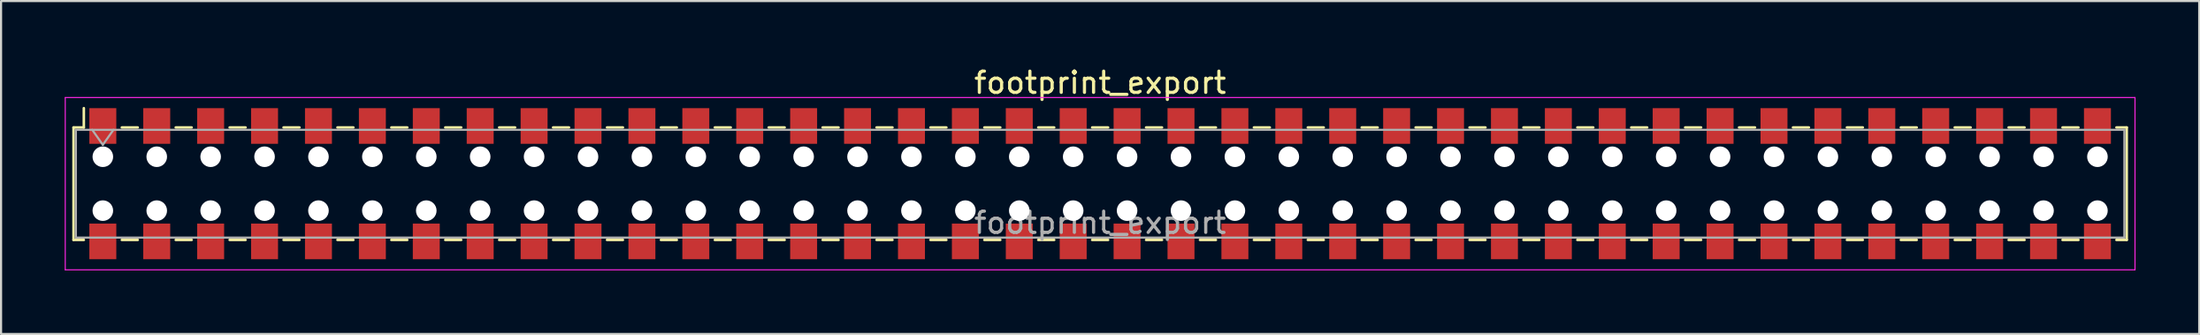
<source format=kicad_pcb>
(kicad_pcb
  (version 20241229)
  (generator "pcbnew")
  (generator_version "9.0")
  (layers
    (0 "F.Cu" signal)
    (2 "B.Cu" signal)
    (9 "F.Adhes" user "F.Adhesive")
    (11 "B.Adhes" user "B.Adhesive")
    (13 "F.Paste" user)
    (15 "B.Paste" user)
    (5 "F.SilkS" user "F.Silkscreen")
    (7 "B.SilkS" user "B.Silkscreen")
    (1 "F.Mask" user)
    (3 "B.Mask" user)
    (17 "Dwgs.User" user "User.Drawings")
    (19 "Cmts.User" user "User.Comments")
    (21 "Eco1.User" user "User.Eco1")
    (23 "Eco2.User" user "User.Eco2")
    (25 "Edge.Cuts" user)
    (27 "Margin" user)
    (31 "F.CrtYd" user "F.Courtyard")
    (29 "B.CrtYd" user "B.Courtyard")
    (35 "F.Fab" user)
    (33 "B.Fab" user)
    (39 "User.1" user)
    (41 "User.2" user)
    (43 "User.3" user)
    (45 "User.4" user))
  (footprint "footprint_export"
    (layer "F.Cu")
    (at 48.785 5.608)
    (property "Reference" "footprint_export" (at 0 -4.76 0) (layer "F.SilkS") (effects (font (size 1 1) (thickness 0.15))))
    (attr smd)
    (fp_line (start -48.37 -2.65) (end -48.37 2.65) (stroke (width 0.12) (type solid)) (layer "F.SilkS"))
    (fp_line (start -48.37 2.65) (end -47.885 2.65) (stroke (width 0.12) (type solid)) (layer "F.SilkS"))
    (fp_line (start -47.885 -3.56) (end -47.885 -2.65) (stroke (width 0.12) (type solid)) (layer "F.SilkS"))
    (fp_line (start -47.885 -2.65) (end -48.37 -2.65) (stroke (width 0.12) (type solid)) (layer "F.SilkS"))
    (fp_line (start -46.095 -2.65) (end -45.345 -2.65) (stroke (width 0.12) (type solid)) (layer "F.SilkS"))
    (fp_line (start -46.095 2.65) (end -45.345 2.65) (stroke (width 0.12) (type solid)) (layer "F.SilkS"))
    (fp_line (start -43.555 -2.65) (end -42.805 -2.65) (stroke (width 0.12) (type solid)) (layer "F.SilkS"))
    (fp_line (start -43.555 2.65) (end -42.805 2.65) (stroke (width 0.12) (type solid)) (layer "F.SilkS"))
    (fp_line (start -41.015 -2.65) (end -40.265 -2.65) (stroke (width 0.12) (type solid)) (layer "F.SilkS"))
    (fp_line (start -41.015 2.65) (end -40.265 2.65) (stroke (width 0.12) (type solid)) (layer "F.SilkS"))
    (fp_line (start -38.475 -2.65) (end -37.725 -2.65) (stroke (width 0.12) (type solid)) (layer "F.SilkS"))
    (fp_line (start -38.475 2.65) (end -37.725 2.65) (stroke (width 0.12) (type solid)) (layer "F.SilkS"))
    (fp_line (start -35.935 -2.65) (end -35.185 -2.65) (stroke (width 0.12) (type solid)) (layer "F.SilkS"))
    (fp_line (start -35.935 2.65) (end -35.185 2.65) (stroke (width 0.12) (type solid)) (layer "F.SilkS"))
    (fp_line (start -33.395 -2.65) (end -32.645 -2.65) (stroke (width 0.12) (type solid)) (layer "F.SilkS"))
    (fp_line (start -33.395 2.65) (end -32.645 2.65) (stroke (width 0.12) (type solid)) (layer "F.SilkS"))
    (fp_line (start -30.855 -2.65) (end -30.105 -2.65) (stroke (width 0.12) (type solid)) (layer "F.SilkS"))
    (fp_line (start -30.855 2.65) (end -30.105 2.65) (stroke (width 0.12) (type solid)) (layer "F.SilkS"))
    (fp_line (start -28.315 -2.65) (end -27.565 -2.65) (stroke (width 0.12) (type solid)) (layer "F.SilkS"))
    (fp_line (start -28.315 2.65) (end -27.565 2.65) (stroke (width 0.12) (type solid)) (layer "F.SilkS"))
    (fp_line (start -25.775 -2.65) (end -25.025 -2.65) (stroke (width 0.12) (type solid)) (layer "F.SilkS"))
    (fp_line (start -25.775 2.65) (end -25.025 2.65) (stroke (width 0.12) (type solid)) (layer "F.SilkS"))
    (fp_line (start -23.235 -2.65) (end -22.485 -2.65) (stroke (width 0.12) (type solid)) (layer "F.SilkS"))
    (fp_line (start -23.235 2.65) (end -22.485 2.65) (stroke (width 0.12) (type solid)) (layer "F.SilkS"))
    (fp_line (start -20.695 -2.65) (end -19.945 -2.65) (stroke (width 0.12) (type solid)) (layer "F.SilkS"))
    (fp_line (start -20.695 2.65) (end -19.945 2.65) (stroke (width 0.12) (type solid)) (layer "F.SilkS"))
    (fp_line (start -18.155 -2.65) (end -17.405 -2.65) (stroke (width 0.12) (type solid)) (layer "F.SilkS"))
    (fp_line (start -18.155 2.65) (end -17.405 2.65) (stroke (width 0.12) (type solid)) (layer "F.SilkS"))
    (fp_line (start -15.615 -2.65) (end -14.865 -2.65) (stroke (width 0.12) (type solid)) (layer "F.SilkS"))
    (fp_line (start -15.615 2.65) (end -14.865 2.65) (stroke (width 0.12) (type solid)) (layer "F.SilkS"))
    (fp_line (start -13.075 -2.65) (end -12.325 -2.65) (stroke (width 0.12) (type solid)) (layer "F.SilkS"))
    (fp_line (start -13.075 2.65) (end -12.325 2.65) (stroke (width 0.12) (type solid)) (layer "F.SilkS"))
    (fp_line (start -10.535 -2.65) (end -9.785 -2.65) (stroke (width 0.12) (type solid)) (layer "F.SilkS"))
    (fp_line (start -10.535 2.65) (end -9.785 2.65) (stroke (width 0.12) (type solid)) (layer "F.SilkS"))
    (fp_line (start -7.995 -2.65) (end -7.245 -2.65) (stroke (width 0.12) (type solid)) (layer "F.SilkS"))
    (fp_line (start -7.995 2.65) (end -7.245 2.65) (stroke (width 0.12) (type solid)) (layer "F.SilkS"))
    (fp_line (start -5.455 -2.65) (end -4.705 -2.65) (stroke (width 0.12) (type solid)) (layer "F.SilkS"))
    (fp_line (start -5.455 2.65) (end -4.705 2.65) (stroke (width 0.12) (type solid)) (layer "F.SilkS"))
    (fp_line (start -2.915 -2.65) (end -2.165 -2.65) (stroke (width 0.12) (type solid)) (layer "F.SilkS"))
    (fp_line (start -2.915 2.65) (end -2.165 2.65) (stroke (width 0.12) (type solid)) (layer "F.SilkS"))
    (fp_line (start -0.375 -2.65) (end 0.375 -2.65) (stroke (width 0.12) (type solid)) (layer "F.SilkS"))
    (fp_line (start -0.375 2.65) (end 0.375 2.65) (stroke (width 0.12) (type solid)) (layer "F.SilkS"))
    (fp_line (start 2.165 -2.65) (end 2.915 -2.65) (stroke (width 0.12) (type solid)) (layer "F.SilkS"))
    (fp_line (start 2.165 2.65) (end 2.915 2.65) (stroke (width 0.12) (type solid)) (layer "F.SilkS"))
    (fp_line (start 4.705 -2.65) (end 5.455 -2.65) (stroke (width 0.12) (type solid)) (layer "F.SilkS"))
    (fp_line (start 4.705 2.65) (end 5.455 2.65) (stroke (width 0.12) (type solid)) (layer "F.SilkS"))
    (fp_line (start 7.245 -2.65) (end 7.995 -2.65) (stroke (width 0.12) (type solid)) (layer "F.SilkS"))
    (fp_line (start 7.245 2.65) (end 7.995 2.65) (stroke (width 0.12) (type solid)) (layer "F.SilkS"))
    (fp_line (start 9.785 -2.65) (end 10.535 -2.65) (stroke (width 0.12) (type solid)) (layer "F.SilkS"))
    (fp_line (start 9.785 2.65) (end 10.535 2.65) (stroke (width 0.12) (type solid)) (layer "F.SilkS"))
    (fp_line (start 12.325 -2.65) (end 13.075 -2.65) (stroke (width 0.12) (type solid)) (layer "F.SilkS"))
    (fp_line (start 12.325 2.65) (end 13.075 2.65) (stroke (width 0.12) (type solid)) (layer "F.SilkS"))
    (fp_line (start 14.865 -2.65) (end 15.615 -2.65) (stroke (width 0.12) (type solid)) (layer "F.SilkS"))
    (fp_line (start 14.865 2.65) (end 15.615 2.65) (stroke (width 0.12) (type solid)) (layer "F.SilkS"))
    (fp_line (start 17.405 -2.65) (end 18.155 -2.65) (stroke (width 0.12) (type solid)) (layer "F.SilkS"))
    (fp_line (start 17.405 2.65) (end 18.155 2.65) (stroke (width 0.12) (type solid)) (layer "F.SilkS"))
    (fp_line (start 19.945 -2.65) (end 20.695 -2.65) (stroke (width 0.12) (type solid)) (layer "F.SilkS"))
    (fp_line (start 19.945 2.65) (end 20.695 2.65) (stroke (width 0.12) (type solid)) (layer "F.SilkS"))
    (fp_line (start 22.485 -2.65) (end 23.235 -2.65) (stroke (width 0.12) (type solid)) (layer "F.SilkS"))
    (fp_line (start 22.485 2.65) (end 23.235 2.65) (stroke (width 0.12) (type solid)) (layer "F.SilkS"))
    (fp_line (start 25.025 -2.65) (end 25.775 -2.65) (stroke (width 0.12) (type solid)) (layer "F.SilkS"))
    (fp_line (start 25.025 2.65) (end 25.775 2.65) (stroke (width 0.12) (type solid)) (layer "F.SilkS"))
    (fp_line (start 27.565 -2.65) (end 28.315 -2.65) (stroke (width 0.12) (type solid)) (layer "F.SilkS"))
    (fp_line (start 27.565 2.65) (end 28.315 2.65) (stroke (width 0.12) (type solid)) (layer "F.SilkS"))
    (fp_line (start 30.105 -2.65) (end 30.855 -2.65) (stroke (width 0.12) (type solid)) (layer "F.SilkS"))
    (fp_line (start 30.105 2.65) (end 30.855 2.65) (stroke (width 0.12) (type solid)) (layer "F.SilkS"))
    (fp_line (start 32.645 -2.65) (end 33.395 -2.65) (stroke (width 0.12) (type solid)) (layer "F.SilkS"))
    (fp_line (start 32.645 2.65) (end 33.395 2.65) (stroke (width 0.12) (type solid)) (layer "F.SilkS"))
    (fp_line (start 35.185 -2.65) (end 35.935 -2.65) (stroke (width 0.12) (type solid)) (layer "F.SilkS"))
    (fp_line (start 35.185 2.65) (end 35.935 2.65) (stroke (width 0.12) (type solid)) (layer "F.SilkS"))
    (fp_line (start 37.725 -2.65) (end 38.475 -2.65) (stroke (width 0.12) (type solid)) (layer "F.SilkS"))
    (fp_line (start 37.725 2.65) (end 38.475 2.65) (stroke (width 0.12) (type solid)) (layer "F.SilkS"))
    (fp_line (start 40.265 -2.65) (end 41.015 -2.65) (stroke (width 0.12) (type solid)) (layer "F.SilkS"))
    (fp_line (start 40.265 2.65) (end 41.015 2.65) (stroke (width 0.12) (type solid)) (layer "F.SilkS"))
    (fp_line (start 42.805 -2.65) (end 43.555 -2.65) (stroke (width 0.12) (type solid)) (layer "F.SilkS"))
    (fp_line (start 42.805 2.65) (end 43.555 2.65) (stroke (width 0.12) (type solid)) (layer "F.SilkS"))
    (fp_line (start 45.345 -2.65) (end 46.095 -2.65) (stroke (width 0.12) (type solid)) (layer "F.SilkS"))
    (fp_line (start 45.345 2.65) (end 46.095 2.65) (stroke (width 0.12) (type solid)) (layer "F.SilkS"))
    (fp_line (start 47.885 -2.65) (end 48.37 -2.65) (stroke (width 0.12) (type solid)) (layer "F.SilkS"))
    (fp_line (start 48.37 -2.65) (end 48.37 2.65) (stroke (width 0.12) (type solid)) (layer "F.SilkS"))
    (fp_line (start 48.37 2.65) (end 47.885 2.65) (stroke (width 0.12) (type solid)) (layer "F.SilkS"))
    (fp_line (start -48.76 -4.06) (end 48.76 -4.06) (stroke (width 0.05) (type solid)) (layer "F.CrtYd"))
    (fp_line (start -48.76 4.06) (end -48.76 -4.06) (stroke (width 0.05) (type solid)) (layer "F.CrtYd"))
    (fp_line (start 48.76 -4.06) (end 48.76 4.06) (stroke (width 0.05) (type solid)) (layer "F.CrtYd"))
    (fp_line (start 48.76 4.06) (end -48.76 4.06) (stroke (width 0.05) (type solid)) (layer "F.CrtYd"))
    (fp_line (start -48.26 -2.54) (end 48.26 -2.54) (stroke (width 0.1) (type solid)) (layer "F.Fab"))
    (fp_line (start -48.26 2.54) (end -48.26 -2.54) (stroke (width 0.1) (type solid)) (layer "F.Fab"))
    (fp_line (start -47.49 -2.54) (end -46.99 -1.833) (stroke (width 0.1) (type solid)) (layer "F.Fab"))
    (fp_line (start -46.99 -1.833) (end -46.49 -2.54) (stroke (width 0.1) (type solid)) (layer "F.Fab"))
    (fp_line (start 48.26 -2.54) (end 48.26 2.54) (stroke (width 0.1) (type solid)) (layer "F.Fab"))
    (fp_line (start 48.26 2.54) (end -48.26 2.54) (stroke (width 0.1) (type solid)) (layer "F.Fab"))
    (fp_text user "${REFERENCE}" (at 0 1.84 0) (layer "F.Fab") (effects (font (size 1 1) (thickness 0.15))))
    (pad "" np_thru_hole circle (at -46.99 -1.27) (size 0.97 0.97) (drill 0.97) (layers "*.Cu" "*.Mask"))
    (pad "" np_thru_hole circle (at -46.99 1.27) (size 0.97 0.97) (drill 0.97) (layers "*.Cu" "*.Mask"))
    (pad "" np_thru_hole circle (at -44.45 -1.27) (size 0.97 0.97) (drill 0.97) (layers "*.Cu" "*.Mask"))
    (pad "" np_thru_hole circle (at -44.45 1.27) (size 0.97 0.97) (drill 0.97) (layers "*.Cu" "*.Mask"))
    (pad "" np_thru_hole circle (at -41.91 -1.27) (size 0.97 0.97) (drill 0.97) (layers "*.Cu" "*.Mask"))
    (pad "" np_thru_hole circle (at -41.91 1.27) (size 0.97 0.97) (drill 0.97) (layers "*.Cu" "*.Mask"))
    (pad "" np_thru_hole circle (at -39.37 -1.27) (size 0.97 0.97) (drill 0.97) (layers "*.Cu" "*.Mask"))
    (pad "" np_thru_hole circle (at -39.37 1.27) (size 0.97 0.97) (drill 0.97) (layers "*.Cu" "*.Mask"))
    (pad "" np_thru_hole circle (at -36.83 -1.27) (size 0.97 0.97) (drill 0.97) (layers "*.Cu" "*.Mask"))
    (pad "" np_thru_hole circle (at -36.83 1.27) (size 0.97 0.97) (drill 0.97) (layers "*.Cu" "*.Mask"))
    (pad "" np_thru_hole circle (at -34.29 -1.27) (size 0.97 0.97) (drill 0.97) (layers "*.Cu" "*.Mask"))
    (pad "" np_thru_hole circle (at -34.29 1.27) (size 0.97 0.97) (drill 0.97) (layers "*.Cu" "*.Mask"))
    (pad "" np_thru_hole circle (at -31.75 -1.27) (size 0.97 0.97) (drill 0.97) (layers "*.Cu" "*.Mask"))
    (pad "" np_thru_hole circle (at -31.75 1.27) (size 0.97 0.97) (drill 0.97) (layers "*.Cu" "*.Mask"))
    (pad "" np_thru_hole circle (at -29.21 -1.27) (size 0.97 0.97) (drill 0.97) (layers "*.Cu" "*.Mask"))
    (pad "" np_thru_hole circle (at -29.21 1.27) (size 0.97 0.97) (drill 0.97) (layers "*.Cu" "*.Mask"))
    (pad "" np_thru_hole circle (at -26.67 -1.27) (size 0.97 0.97) (drill 0.97) (layers "*.Cu" "*.Mask"))
    (pad "" np_thru_hole circle (at -26.67 1.27) (size 0.97 0.97) (drill 0.97) (layers "*.Cu" "*.Mask"))
    (pad "" np_thru_hole circle (at -24.13 -1.27) (size 0.97 0.97) (drill 0.97) (layers "*.Cu" "*.Mask"))
    (pad "" np_thru_hole circle (at -24.13 1.27) (size 0.97 0.97) (drill 0.97) (layers "*.Cu" "*.Mask"))
    (pad "" np_thru_hole circle (at -21.59 -1.27) (size 0.97 0.97) (drill 0.97) (layers "*.Cu" "*.Mask"))
    (pad "" np_thru_hole circle (at -21.59 1.27) (size 0.97 0.97) (drill 0.97) (layers "*.Cu" "*.Mask"))
    (pad "" np_thru_hole circle (at -19.05 -1.27) (size 0.97 0.97) (drill 0.97) (layers "*.Cu" "*.Mask"))
    (pad "" np_thru_hole circle (at -19.05 1.27) (size 0.97 0.97) (drill 0.97) (layers "*.Cu" "*.Mask"))
    (pad "" np_thru_hole circle (at -16.51 -1.27) (size 0.97 0.97) (drill 0.97) (layers "*.Cu" "*.Mask"))
    (pad "" np_thru_hole circle (at -16.51 1.27) (size 0.97 0.97) (drill 0.97) (layers "*.Cu" "*.Mask"))
    (pad "" np_thru_hole circle (at -13.97 -1.27) (size 0.97 0.97) (drill 0.97) (layers "*.Cu" "*.Mask"))
    (pad "" np_thru_hole circle (at -13.97 1.27) (size 0.97 0.97) (drill 0.97) (layers "*.Cu" "*.Mask"))
    (pad "" np_thru_hole circle (at -11.43 -1.27) (size 0.97 0.97) (drill 0.97) (layers "*.Cu" "*.Mask"))
    (pad "" np_thru_hole circle (at -11.43 1.27) (size 0.97 0.97) (drill 0.97) (layers "*.Cu" "*.Mask"))
    (pad "" np_thru_hole circle (at -8.89 -1.27) (size 0.97 0.97) (drill 0.97) (layers "*.Cu" "*.Mask"))
    (pad "" np_thru_hole circle (at -8.89 1.27) (size 0.97 0.97) (drill 0.97) (layers "*.Cu" "*.Mask"))
    (pad "" np_thru_hole circle (at -6.35 -1.27) (size 0.97 0.97) (drill 0.97) (layers "*.Cu" "*.Mask"))
    (pad "" np_thru_hole circle (at -6.35 1.27) (size 0.97 0.97) (drill 0.97) (layers "*.Cu" "*.Mask"))
    (pad "" np_thru_hole circle (at -3.81 -1.27) (size 0.97 0.97) (drill 0.97) (layers "*.Cu" "*.Mask"))
    (pad "" np_thru_hole circle (at -3.81 1.27) (size 0.97 0.97) (drill 0.97) (layers "*.Cu" "*.Mask"))
    (pad "" np_thru_hole circle (at -1.27 -1.27) (size 0.97 0.97) (drill 0.97) (layers "*.Cu" "*.Mask"))
    (pad "" np_thru_hole circle (at -1.27 1.27) (size 0.97 0.97) (drill 0.97) (layers "*.Cu" "*.Mask"))
    (pad "" np_thru_hole circle (at 1.27 -1.27) (size 0.97 0.97) (drill 0.97) (layers "*.Cu" "*.Mask"))
    (pad "" np_thru_hole circle (at 1.27 1.27) (size 0.97 0.97) (drill 0.97) (layers "*.Cu" "*.Mask"))
    (pad "" np_thru_hole circle (at 3.81 -1.27) (size 0.97 0.97) (drill 0.97) (layers "*.Cu" "*.Mask"))
    (pad "" np_thru_hole circle (at 3.81 1.27) (size 0.97 0.97) (drill 0.97) (layers "*.Cu" "*.Mask"))
    (pad "" np_thru_hole circle (at 6.35 -1.27) (size 0.97 0.97) (drill 0.97) (layers "*.Cu" "*.Mask"))
    (pad "" np_thru_hole circle (at 6.35 1.27) (size 0.97 0.97) (drill 0.97) (layers "*.Cu" "*.Mask"))
    (pad "" np_thru_hole circle (at 8.89 -1.27) (size 0.97 0.97) (drill 0.97) (layers "*.Cu" "*.Mask"))
    (pad "" np_thru_hole circle (at 8.89 1.27) (size 0.97 0.97) (drill 0.97) (layers "*.Cu" "*.Mask"))
    (pad "" np_thru_hole circle (at 11.43 -1.27) (size 0.97 0.97) (drill 0.97) (layers "*.Cu" "*.Mask"))
    (pad "" np_thru_hole circle (at 11.43 1.27) (size 0.97 0.97) (drill 0.97) (layers "*.Cu" "*.Mask"))
    (pad "" np_thru_hole circle (at 13.97 -1.27) (size 0.97 0.97) (drill 0.97) (layers "*.Cu" "*.Mask"))
    (pad "" np_thru_hole circle (at 13.97 1.27) (size 0.97 0.97) (drill 0.97) (layers "*.Cu" "*.Mask"))
    (pad "" np_thru_hole circle (at 16.51 -1.27) (size 0.97 0.97) (drill 0.97) (layers "*.Cu" "*.Mask"))
    (pad "" np_thru_hole circle (at 16.51 1.27) (size 0.97 0.97) (drill 0.97) (layers "*.Cu" "*.Mask"))
    (pad "" np_thru_hole circle (at 19.05 -1.27) (size 0.97 0.97) (drill 0.97) (layers "*.Cu" "*.Mask"))
    (pad "" np_thru_hole circle (at 19.05 1.27) (size 0.97 0.97) (drill 0.97) (layers "*.Cu" "*.Mask"))
    (pad "" np_thru_hole circle (at 21.59 -1.27) (size 0.97 0.97) (drill 0.97) (layers "*.Cu" "*.Mask"))
    (pad "" np_thru_hole circle (at 21.59 1.27) (size 0.97 0.97) (drill 0.97) (layers "*.Cu" "*.Mask"))
    (pad "" np_thru_hole circle (at 24.13 -1.27) (size 0.97 0.97) (drill 0.97) (layers "*.Cu" "*.Mask"))
    (pad "" np_thru_hole circle (at 24.13 1.27) (size 0.97 0.97) (drill 0.97) (layers "*.Cu" "*.Mask"))
    (pad "" np_thru_hole circle (at 26.67 -1.27) (size 0.97 0.97) (drill 0.97) (layers "*.Cu" "*.Mask"))
    (pad "" np_thru_hole circle (at 26.67 1.27) (size 0.97 0.97) (drill 0.97) (layers "*.Cu" "*.Mask"))
    (pad "" np_thru_hole circle (at 29.21 -1.27) (size 0.97 0.97) (drill 0.97) (layers "*.Cu" "*.Mask"))
    (pad "" np_thru_hole circle (at 29.21 1.27) (size 0.97 0.97) (drill 0.97) (layers "*.Cu" "*.Mask"))
    (pad "" np_thru_hole circle (at 31.75 -1.27) (size 0.97 0.97) (drill 0.97) (layers "*.Cu" "*.Mask"))
    (pad "" np_thru_hole circle (at 31.75 1.27) (size 0.97 0.97) (drill 0.97) (layers "*.Cu" "*.Mask"))
    (pad "" np_thru_hole circle (at 34.29 -1.27) (size 0.97 0.97) (drill 0.97) (layers "*.Cu" "*.Mask"))
    (pad "" np_thru_hole circle (at 34.29 1.27) (size 0.97 0.97) (drill 0.97) (layers "*.Cu" "*.Mask"))
    (pad "" np_thru_hole circle (at 36.83 -1.27) (size 0.97 0.97) (drill 0.97) (layers "*.Cu" "*.Mask"))
    (pad "" np_thru_hole circle (at 36.83 1.27) (size 0.97 0.97) (drill 0.97) (layers "*.Cu" "*.Mask"))
    (pad "" np_thru_hole circle (at 39.37 -1.27) (size 0.97 0.97) (drill 0.97) (layers "*.Cu" "*.Mask"))
    (pad "" np_thru_hole circle (at 39.37 1.27) (size 0.97 0.97) (drill 0.97) (layers "*.Cu" "*.Mask"))
    (pad "" np_thru_hole circle (at 41.91 -1.27) (size 0.97 0.97) (drill 0.97) (layers "*.Cu" "*.Mask"))
    (pad "" np_thru_hole circle (at 41.91 1.27) (size 0.97 0.97) (drill 0.97) (layers "*.Cu" "*.Mask"))
    (pad "" np_thru_hole circle (at 44.45 -1.27) (size 0.97 0.97) (drill 0.97) (layers "*.Cu" "*.Mask"))
    (pad "" np_thru_hole circle (at 44.45 1.27) (size 0.97 0.97) (drill 0.97) (layers "*.Cu" "*.Mask"))
    (pad "" np_thru_hole circle (at 46.99 -1.27) (size 0.97 0.97) (drill 0.97) (layers "*.Cu" "*.Mask"))
    (pad "" np_thru_hole circle (at 46.99 1.27) (size 0.97 0.97) (drill 0.97) (layers "*.Cu" "*.Mask"))
    (pad "1" smd rect (at -46.99 -2.72) (size 1.27 1.68) (layers "F.Cu" "F.Mask" "F.Paste"))
    (pad "2" smd rect (at -46.99 2.72) (size 1.27 1.68) (layers "F.Cu" "F.Mask" "F.Paste"))
    (pad "3" smd rect (at -44.45 -2.72) (size 1.27 1.68) (layers "F.Cu" "F.Mask" "F.Paste"))
    (pad "4" smd rect (at -44.45 2.72) (size 1.27 1.68) (layers "F.Cu" "F.Mask" "F.Paste"))
    (pad "5" smd rect (at -41.91 -2.72) (size 1.27 1.68) (layers "F.Cu" "F.Mask" "F.Paste"))
    (pad "6" smd rect (at -41.91 2.72) (size 1.27 1.68) (layers "F.Cu" "F.Mask" "F.Paste"))
    (pad "7" smd rect (at -39.37 -2.72) (size 1.27 1.68) (layers "F.Cu" "F.Mask" "F.Paste"))
    (pad "8" smd rect (at -39.37 2.72) (size 1.27 1.68) (layers "F.Cu" "F.Mask" "F.Paste"))
    (pad "9" smd rect (at -36.83 -2.72) (size 1.27 1.68) (layers "F.Cu" "F.Mask" "F.Paste"))
    (pad "10" smd rect (at -36.83 2.72) (size 1.27 1.68) (layers "F.Cu" "F.Mask" "F.Paste"))
    (pad "11" smd rect (at -34.29 -2.72) (size 1.27 1.68) (layers "F.Cu" "F.Mask" "F.Paste"))
    (pad "12" smd rect (at -34.29 2.72) (size 1.27 1.68) (layers "F.Cu" "F.Mask" "F.Paste"))
    (pad "13" smd rect (at -31.75 -2.72) (size 1.27 1.68) (layers "F.Cu" "F.Mask" "F.Paste"))
    (pad "14" smd rect (at -31.75 2.72) (size 1.27 1.68) (layers "F.Cu" "F.Mask" "F.Paste"))
    (pad "15" smd rect (at -29.21 -2.72) (size 1.27 1.68) (layers "F.Cu" "F.Mask" "F.Paste"))
    (pad "16" smd rect (at -29.21 2.72) (size 1.27 1.68) (layers "F.Cu" "F.Mask" "F.Paste"))
    (pad "17" smd rect (at -26.67 -2.72) (size 1.27 1.68) (layers "F.Cu" "F.Mask" "F.Paste"))
    (pad "18" smd rect (at -26.67 2.72) (size 1.27 1.68) (layers "F.Cu" "F.Mask" "F.Paste"))
    (pad "19" smd rect (at -24.13 -2.72) (size 1.27 1.68) (layers "F.Cu" "F.Mask" "F.Paste"))
    (pad "20" smd rect (at -24.13 2.72) (size 1.27 1.68) (layers "F.Cu" "F.Mask" "F.Paste"))
    (pad "21" smd rect (at -21.59 -2.72) (size 1.27 1.68) (layers "F.Cu" "F.Mask" "F.Paste"))
    (pad "22" smd rect (at -21.59 2.72) (size 1.27 1.68) (layers "F.Cu" "F.Mask" "F.Paste"))
    (pad "23" smd rect (at -19.05 -2.72) (size 1.27 1.68) (layers "F.Cu" "F.Mask" "F.Paste"))
    (pad "24" smd rect (at -19.05 2.72) (size 1.27 1.68) (layers "F.Cu" "F.Mask" "F.Paste"))
    (pad "25" smd rect (at -16.51 -2.72) (size 1.27 1.68) (layers "F.Cu" "F.Mask" "F.Paste"))
    (pad "26" smd rect (at -16.51 2.72) (size 1.27 1.68) (layers "F.Cu" "F.Mask" "F.Paste"))
    (pad "27" smd rect (at -13.97 -2.72) (size 1.27 1.68) (layers "F.Cu" "F.Mask" "F.Paste"))
    (pad "28" smd rect (at -13.97 2.72) (size 1.27 1.68) (layers "F.Cu" "F.Mask" "F.Paste"))
    (pad "29" smd rect (at -11.43 -2.72) (size 1.27 1.68) (layers "F.Cu" "F.Mask" "F.Paste"))
    (pad "30" smd rect (at -11.43 2.72) (size 1.27 1.68) (layers "F.Cu" "F.Mask" "F.Paste"))
    (pad "31" smd rect (at -8.89 -2.72) (size 1.27 1.68) (layers "F.Cu" "F.Mask" "F.Paste"))
    (pad "32" smd rect (at -8.89 2.72) (size 1.27 1.68) (layers "F.Cu" "F.Mask" "F.Paste"))
    (pad "33" smd rect (at -6.35 -2.72) (size 1.27 1.68) (layers "F.Cu" "F.Mask" "F.Paste"))
    (pad "34" smd rect (at -6.35 2.72) (size 1.27 1.68) (layers "F.Cu" "F.Mask" "F.Paste"))
    (pad "35" smd rect (at -3.81 -2.72) (size 1.27 1.68) (layers "F.Cu" "F.Mask" "F.Paste"))
    (pad "36" smd rect (at -3.81 2.72) (size 1.27 1.68) (layers "F.Cu" "F.Mask" "F.Paste"))
    (pad "37" smd rect (at -1.27 -2.72) (size 1.27 1.68) (layers "F.Cu" "F.Mask" "F.Paste"))
    (pad "38" smd rect (at -1.27 2.72) (size 1.27 1.68) (layers "F.Cu" "F.Mask" "F.Paste"))
    (pad "39" smd rect (at 1.27 -2.72) (size 1.27 1.68) (layers "F.Cu" "F.Mask" "F.Paste"))
    (pad "40" smd rect (at 1.27 2.72) (size 1.27 1.68) (layers "F.Cu" "F.Mask" "F.Paste"))
    (pad "41" smd rect (at 3.81 -2.72) (size 1.27 1.68) (layers "F.Cu" "F.Mask" "F.Paste"))
    (pad "42" smd rect (at 3.81 2.72) (size 1.27 1.68) (layers "F.Cu" "F.Mask" "F.Paste"))
    (pad "43" smd rect (at 6.35 -2.72) (size 1.27 1.68) (layers "F.Cu" "F.Mask" "F.Paste"))
    (pad "44" smd rect (at 6.35 2.72) (size 1.27 1.68) (layers "F.Cu" "F.Mask" "F.Paste"))
    (pad "45" smd rect (at 8.89 -2.72) (size 1.27 1.68) (layers "F.Cu" "F.Mask" "F.Paste"))
    (pad "46" smd rect (at 8.89 2.72) (size 1.27 1.68) (layers "F.Cu" "F.Mask" "F.Paste"))
    (pad "47" smd rect (at 11.43 -2.72) (size 1.27 1.68) (layers "F.Cu" "F.Mask" "F.Paste"))
    (pad "48" smd rect (at 11.43 2.72) (size 1.27 1.68) (layers "F.Cu" "F.Mask" "F.Paste"))
    (pad "49" smd rect (at 13.97 -2.72) (size 1.27 1.68) (layers "F.Cu" "F.Mask" "F.Paste"))
    (pad "50" smd rect (at 13.97 2.72) (size 1.27 1.68) (layers "F.Cu" "F.Mask" "F.Paste"))
    (pad "51" smd rect (at 16.51 -2.72) (size 1.27 1.68) (layers "F.Cu" "F.Mask" "F.Paste"))
    (pad "52" smd rect (at 16.51 2.72) (size 1.27 1.68) (layers "F.Cu" "F.Mask" "F.Paste"))
    (pad "53" smd rect (at 19.05 -2.72) (size 1.27 1.68) (layers "F.Cu" "F.Mask" "F.Paste"))
    (pad "54" smd rect (at 19.05 2.72) (size 1.27 1.68) (layers "F.Cu" "F.Mask" "F.Paste"))
    (pad "55" smd rect (at 21.59 -2.72) (size 1.27 1.68) (layers "F.Cu" "F.Mask" "F.Paste"))
    (pad "56" smd rect (at 21.59 2.72) (size 1.27 1.68) (layers "F.Cu" "F.Mask" "F.Paste"))
    (pad "57" smd rect (at 24.13 -2.72) (size 1.27 1.68) (layers "F.Cu" "F.Mask" "F.Paste"))
    (pad "58" smd rect (at 24.13 2.72) (size 1.27 1.68) (layers "F.Cu" "F.Mask" "F.Paste"))
    (pad "59" smd rect (at 26.67 -2.72) (size 1.27 1.68) (layers "F.Cu" "F.Mask" "F.Paste"))
    (pad "60" smd rect (at 26.67 2.72) (size 1.27 1.68) (layers "F.Cu" "F.Mask" "F.Paste"))
    (pad "61" smd rect (at 29.21 -2.72) (size 1.27 1.68) (layers "F.Cu" "F.Mask" "F.Paste"))
    (pad "62" smd rect (at 29.21 2.72) (size 1.27 1.68) (layers "F.Cu" "F.Mask" "F.Paste"))
    (pad "63" smd rect (at 31.75 -2.72) (size 1.27 1.68) (layers "F.Cu" "F.Mask" "F.Paste"))
    (pad "64" smd rect (at 31.75 2.72) (size 1.27 1.68) (layers "F.Cu" "F.Mask" "F.Paste"))
    (pad "65" smd rect (at 34.29 -2.72) (size 1.27 1.68) (layers "F.Cu" "F.Mask" "F.Paste"))
    (pad "66" smd rect (at 34.29 2.72) (size 1.27 1.68) (layers "F.Cu" "F.Mask" "F.Paste"))
    (pad "67" smd rect (at 36.83 -2.72) (size 1.27 1.68) (layers "F.Cu" "F.Mask" "F.Paste"))
    (pad "68" smd rect (at 36.83 2.72) (size 1.27 1.68) (layers "F.Cu" "F.Mask" "F.Paste"))
    (pad "69" smd rect (at 39.37 -2.72) (size 1.27 1.68) (layers "F.Cu" "F.Mask" "F.Paste"))
    (pad "70" smd rect (at 39.37 2.72) (size 1.27 1.68) (layers "F.Cu" "F.Mask" "F.Paste"))
    (pad "71" smd rect (at 41.91 -2.72) (size 1.27 1.68) (layers "F.Cu" "F.Mask" "F.Paste"))
    (pad "72" smd rect (at 41.91 2.72) (size 1.27 1.68) (layers "F.Cu" "F.Mask" "F.Paste"))
    (pad "73" smd rect (at 44.45 -2.72) (size 1.27 1.68) (layers "F.Cu" "F.Mask" "F.Paste"))
    (pad "74" smd rect (at 44.45 2.72) (size 1.27 1.68) (layers "F.Cu" "F.Mask" "F.Paste"))
    (pad "75" smd rect (at 46.99 -2.72) (size 1.27 1.68) (layers "F.Cu" "F.Mask" "F.Paste"))
    (pad "76" smd rect (at 46.99 2.72) (size 1.27 1.68) (layers "F.Cu" "F.Mask" "F.Paste")))
  (gr_rect
    (start -3 -3)
    (end 100.57 12.693)
    (stroke (width 0.1) (type default))
    (fill no)
    (layer "Edge.Cuts")))
</source>
